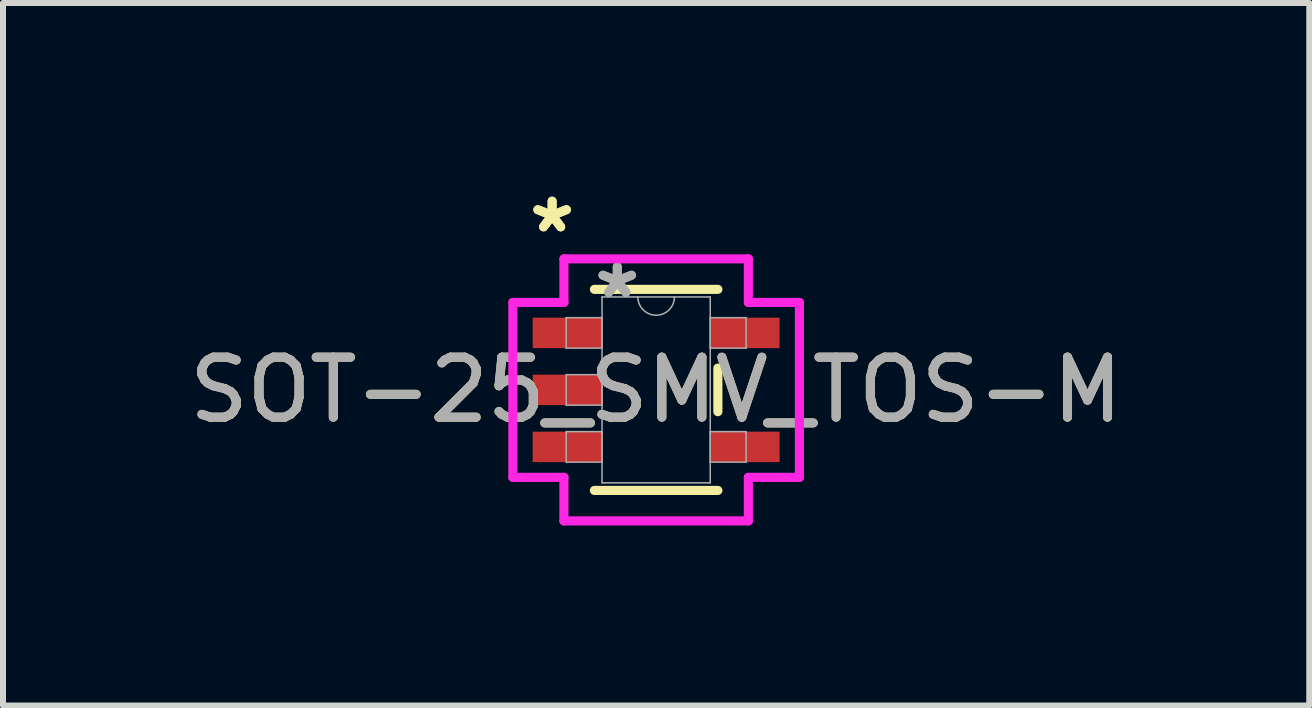
<source format=kicad_pcb>
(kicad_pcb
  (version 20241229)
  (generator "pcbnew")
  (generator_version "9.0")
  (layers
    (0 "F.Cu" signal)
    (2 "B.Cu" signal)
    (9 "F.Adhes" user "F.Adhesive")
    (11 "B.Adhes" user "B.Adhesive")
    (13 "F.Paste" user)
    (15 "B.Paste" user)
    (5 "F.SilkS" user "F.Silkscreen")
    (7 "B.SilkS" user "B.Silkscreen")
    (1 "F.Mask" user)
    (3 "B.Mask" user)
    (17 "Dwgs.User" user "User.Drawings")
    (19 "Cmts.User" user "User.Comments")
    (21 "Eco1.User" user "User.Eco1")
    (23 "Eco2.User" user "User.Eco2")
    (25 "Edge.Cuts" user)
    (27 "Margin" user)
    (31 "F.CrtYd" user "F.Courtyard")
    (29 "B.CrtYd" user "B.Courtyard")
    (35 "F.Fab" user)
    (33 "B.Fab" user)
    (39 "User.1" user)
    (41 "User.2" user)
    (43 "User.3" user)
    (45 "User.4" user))
  (footprint "SOT-25_SMV_TOS-M"
    (layer "F.Cu")
    (at 7.887 3.449)
    (property "Reference" "SOT-25_SMV_TOS-M" (at 0 0 0) (unlocked yes) (layer "F.SilkS") (effects (font (size 1 1) (thickness 0.15))))
    (attr smd)
    (fp_line (start -1.029 1.676) (end 1.029 1.676) (stroke (width 0.152) (type solid)) (layer "F.SilkS"))
    (fp_line (start 1.029 -1.676) (end -1.029 -1.676) (stroke (width 0.152) (type solid)) (layer "F.SilkS"))
    (fp_line (start 1.029 0.363) (end 1.029 -0.363) (stroke (width 0.152) (type solid)) (layer "F.SilkS"))
    (fp_line (start -2.388 -1.458) (end -1.537 -1.458) (stroke (width 0.152) (type solid)) (layer "F.CrtYd"))
    (fp_line (start -2.388 1.458) (end -2.388 -1.458) (stroke (width 0.152) (type solid)) (layer "F.CrtYd"))
    (fp_line (start -1.537 -2.184) (end 1.537 -2.184) (stroke (width 0.152) (type solid)) (layer "F.CrtYd"))
    (fp_line (start -1.537 -1.458) (end -1.537 -2.184) (stroke (width 0.152) (type solid)) (layer "F.CrtYd"))
    (fp_line (start -1.537 1.458) (end -2.388 1.458) (stroke (width 0.152) (type solid)) (layer "F.CrtYd"))
    (fp_line (start -1.537 2.184) (end -1.537 1.458) (stroke (width 0.152) (type solid)) (layer "F.CrtYd"))
    (fp_line (start 1.537 -2.184) (end 1.537 -1.458) (stroke (width 0.152) (type solid)) (layer "F.CrtYd"))
    (fp_line (start 1.537 -1.458) (end 2.388 -1.458) (stroke (width 0.152) (type solid)) (layer "F.CrtYd"))
    (fp_line (start 1.537 1.458) (end 1.537 2.184) (stroke (width 0.152) (type solid)) (layer "F.CrtYd"))
    (fp_line (start 1.537 2.184) (end -1.537 2.184) (stroke (width 0.152) (type solid)) (layer "F.CrtYd"))
    (fp_line (start 2.388 -1.458) (end 2.388 1.458) (stroke (width 0.152) (type solid)) (layer "F.CrtYd"))
    (fp_line (start 2.388 1.458) (end 1.537 1.458) (stroke (width 0.152) (type solid)) (layer "F.CrtYd"))
    (fp_line (start -1.499 -1.204) (end -1.499 -0.696) (stroke (width 0.025) (type solid)) (layer "F.Fab"))
    (fp_line (start -1.499 -0.696) (end -0.902 -0.696) (stroke (width 0.025) (type solid)) (layer "F.Fab"))
    (fp_line (start -1.499 -0.254) (end -1.499 0.254) (stroke (width 0.025) (type solid)) (layer "F.Fab"))
    (fp_line (start -1.499 0.254) (end -0.902 0.254) (stroke (width 0.025) (type solid)) (layer "F.Fab"))
    (fp_line (start -1.499 0.696) (end -1.499 1.204) (stroke (width 0.025) (type solid)) (layer "F.Fab"))
    (fp_line (start -1.499 1.204) (end -0.902 1.204) (stroke (width 0.025) (type solid)) (layer "F.Fab"))
    (fp_line (start -0.902 -1.549) (end -0.902 1.549) (stroke (width 0.025) (type solid)) (layer "F.Fab"))
    (fp_line (start -0.902 -1.204) (end -1.499 -1.204) (stroke (width 0.025) (type solid)) (layer "F.Fab"))
    (fp_line (start -0.902 -0.696) (end -0.902 -1.204) (stroke (width 0.025) (type solid)) (layer "F.Fab"))
    (fp_line (start -0.902 -0.254) (end -1.499 -0.254) (stroke (width 0.025) (type solid)) (layer "F.Fab"))
    (fp_line (start -0.902 0.254) (end -0.902 -0.254) (stroke (width 0.025) (type solid)) (layer "F.Fab"))
    (fp_line (start -0.902 0.696) (end -1.499 0.696) (stroke (width 0.025) (type solid)) (layer "F.Fab"))
    (fp_line (start -0.902 1.204) (end -0.902 0.696) (stroke (width 0.025) (type solid)) (layer "F.Fab"))
    (fp_line (start -0.902 1.549) (end 0.902 1.549) (stroke (width 0.025) (type solid)) (layer "F.Fab"))
    (fp_line (start 0.902 -1.549) (end -0.902 -1.549) (stroke (width 0.025) (type solid)) (layer "F.Fab"))
    (fp_line (start 0.902 -1.204) (end 0.902 -0.696) (stroke (width 0.025) (type solid)) (layer "F.Fab"))
    (fp_line (start 0.902 -0.696) (end 1.499 -0.696) (stroke (width 0.025) (type solid)) (layer "F.Fab"))
    (fp_line (start 0.902 0.696) (end 0.902 1.204) (stroke (width 0.025) (type solid)) (layer "F.Fab"))
    (fp_line (start 0.902 1.204) (end 1.499 1.204) (stroke (width 0.025) (type solid)) (layer "F.Fab"))
    (fp_line (start 0.902 1.549) (end 0.902 -1.549) (stroke (width 0.025) (type solid)) (layer "F.Fab"))
    (fp_line (start 1.499 -1.204) (end 0.902 -1.204) (stroke (width 0.025) (type solid)) (layer "F.Fab"))
    (fp_line (start 1.499 -0.696) (end 1.499 -1.204) (stroke (width 0.025) (type solid)) (layer "F.Fab"))
    (fp_line (start 1.499 0.696) (end 0.902 0.696) (stroke (width 0.025) (type solid)) (layer "F.Fab"))
    (fp_line (start 1.499 1.204) (end 1.499 0.696) (stroke (width 0.025) (type solid)) (layer "F.Fab"))
    (fp_arc (start 0.3048 -1.5494) (mid 0 -1.2446) (end -0.3048 -1.5494) (stroke (width 0.0254) (type solid)) (layer "F.Fab"))
    (fp_text user "*" (at -1.734 -2.601 0) (unlocked yes) (layer "F.SilkS") (effects (font (size 1 1) (thickness 0.15))))
    (fp_text user "*" (at -1.734 -2.601 0) (layer "F.SilkS") (effects (font (size 1 1) (thickness 0.15))))
    (fp_text user "*" (at -0.648 -1.509 0) (layer "F.Fab") (effects (font (size 1 1) (thickness 0.15))))
    (fp_text user "*" (at -0.648 -1.509 0) (unlocked yes) (layer "F.Fab") (effects (font (size 1 1) (thickness 0.15))))
    (fp_text user "${REFERENCE}" (at 0 0 0) (unlocked yes) (layer "F.Fab") (effects (font (size 1 1) (thickness 0.15))))
    (pad "1" smd rect (at -1.48 -0.95) (size 1.156 0.508) (layers "F.Cu" "F.Mask" "F.Paste"))
    (pad "2" smd rect (at -1.48 0) (size 1.156 0.508) (layers "F.Cu" "F.Mask" "F.Paste"))
    (pad "3" smd rect (at -1.48 0.95) (size 1.156 0.508) (layers "F.Cu" "F.Mask" "F.Paste"))
    (pad "4" smd rect (at 1.48 0.95) (size 1.156 0.508) (layers "F.Cu" "F.Mask" "F.Paste"))
    (pad "5" smd rect (at 1.48 -0.95) (size 1.156 0.508) (layers "F.Cu" "F.Mask" "F.Paste")))
  (gr_rect
    (start -3 -3)
    (end 18.774 8.71)
    (stroke (width 0.1) (type default))
    (fill no)
    (layer "Edge.Cuts")))
</source>
